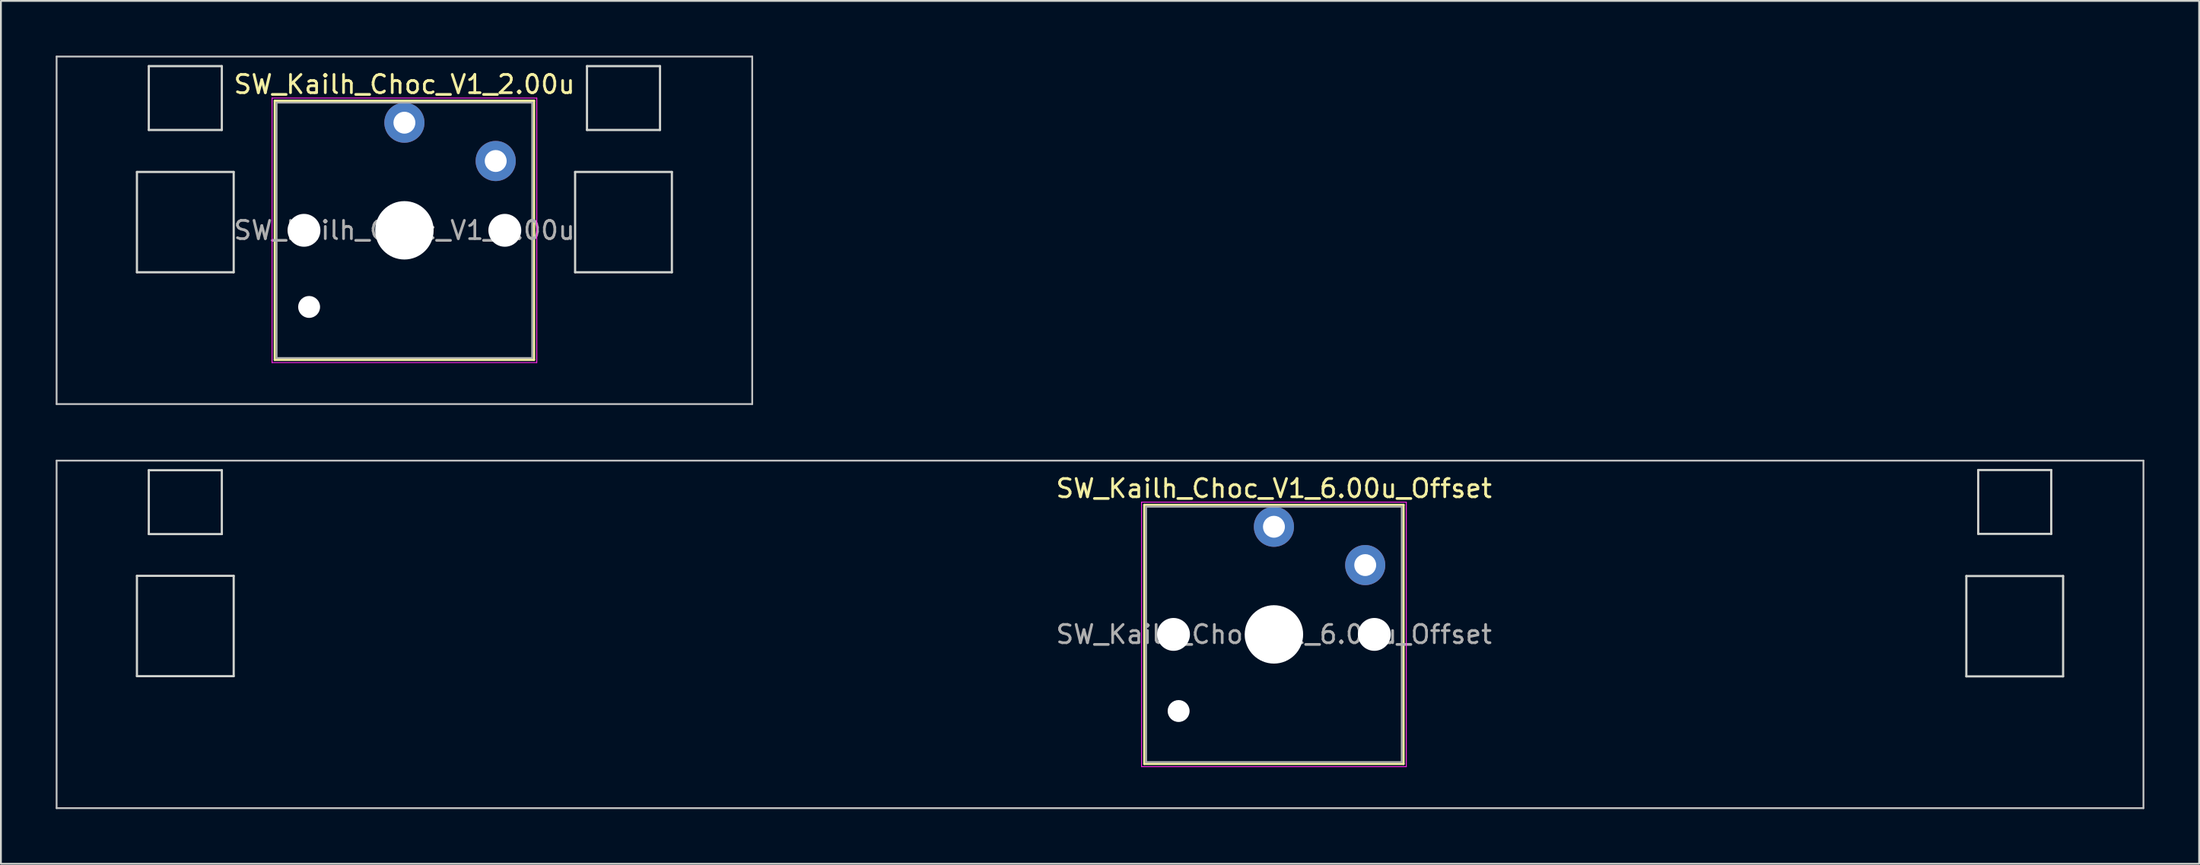
<source format=kicad_pcb>
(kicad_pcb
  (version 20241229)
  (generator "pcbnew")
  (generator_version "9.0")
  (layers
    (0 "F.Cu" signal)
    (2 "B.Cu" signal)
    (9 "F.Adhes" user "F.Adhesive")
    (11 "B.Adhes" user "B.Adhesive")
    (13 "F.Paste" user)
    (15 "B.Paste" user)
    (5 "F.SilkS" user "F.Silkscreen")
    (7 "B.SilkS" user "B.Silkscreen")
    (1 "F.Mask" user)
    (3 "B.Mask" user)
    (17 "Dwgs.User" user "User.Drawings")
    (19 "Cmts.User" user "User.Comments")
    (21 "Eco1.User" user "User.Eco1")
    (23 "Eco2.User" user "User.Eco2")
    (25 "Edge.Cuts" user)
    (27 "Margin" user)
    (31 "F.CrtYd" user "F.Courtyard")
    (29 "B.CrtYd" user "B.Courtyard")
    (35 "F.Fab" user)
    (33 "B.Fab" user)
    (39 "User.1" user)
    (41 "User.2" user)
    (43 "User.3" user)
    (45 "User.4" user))
  (footprint "SW_Kailh_Choc_V1_2.00u"
    (layer "F.Cu")
    (at 19.1 9.575)
    (property "Reference" "SW_Kailh_Choc_V1_2.00u" (at 0 -8 0) (layer "F.SilkS") (effects (font (size 1 1) (thickness 0.15))))
    (attr through_hole)
    (fp_line (start -7.1 -7.1) (end -7.1 7.1) (stroke (width 0.12) (type solid)) (layer "F.SilkS"))
    (fp_line (start -7.1 7.1) (end 7.1 7.1) (stroke (width 0.12) (type solid)) (layer "F.SilkS"))
    (fp_line (start 7.1 -7.1) (end -7.1 -7.1) (stroke (width 0.12) (type solid)) (layer "F.SilkS"))
    (fp_line (start 7.1 7.1) (end 7.1 -7.1) (stroke (width 0.12) (type solid)) (layer "F.SilkS"))
    (fp_line (start -19.05 -9.525) (end -19.05 9.525) (stroke (width 0.1) (type solid)) (layer "Dwgs.User"))
    (fp_line (start -19.05 -9.525) (end 19.05 -9.525) (stroke (width 0.1) (type solid)) (layer "Dwgs.User"))
    (fp_line (start -19.05 9.525) (end 19.05 9.525) (stroke (width 0.1) (type solid)) (layer "Dwgs.User"))
    (fp_line (start 19.05 -9.525) (end 19.05 9.525) (stroke (width 0.1) (type solid)) (layer "Dwgs.User"))
    (fp_line (start -14.65 -3.2) (end -14.65 2.3) (stroke (width 0.12) (type solid)) (layer "Edge.Cuts"))
    (fp_line (start -14.65 -3.2) (end -9.35 -3.2) (stroke (width 0.12) (type solid)) (layer "Edge.Cuts"))
    (fp_line (start -14.65 2.3) (end -9.35 2.3) (stroke (width 0.12) (type solid)) (layer "Edge.Cuts"))
    (fp_line (start -14 -9) (end -14 -5.5) (stroke (width 0.12) (type solid)) (layer "Edge.Cuts"))
    (fp_line (start -14 -9) (end -10 -9) (stroke (width 0.12) (type solid)) (layer "Edge.Cuts"))
    (fp_line (start -14 -5.5) (end -10 -5.5) (stroke (width 0.12) (type solid)) (layer "Edge.Cuts"))
    (fp_line (start -10 -5.5) (end -10 -9) (stroke (width 0.12) (type solid)) (layer "Edge.Cuts"))
    (fp_line (start -9.35 2.3) (end -9.35 -3.2) (stroke (width 0.12) (type solid)) (layer "Edge.Cuts"))
    (fp_line (start 9.35 -3.2) (end 9.35 2.3) (stroke (width 0.12) (type solid)) (layer "Edge.Cuts"))
    (fp_line (start 9.35 -3.2) (end 14.65 -3.2) (stroke (width 0.12) (type solid)) (layer "Edge.Cuts"))
    (fp_line (start 9.35 2.3) (end 14.65 2.3) (stroke (width 0.12) (type solid)) (layer "Edge.Cuts"))
    (fp_line (start 10 -9) (end 10 -5.5) (stroke (width 0.12) (type solid)) (layer "Edge.Cuts"))
    (fp_line (start 10 -9) (end 14 -9) (stroke (width 0.12) (type solid)) (layer "Edge.Cuts"))
    (fp_line (start 10 -5.5) (end 14 -5.5) (stroke (width 0.12) (type solid)) (layer "Edge.Cuts"))
    (fp_line (start 14 -5.5) (end 14 -9) (stroke (width 0.12) (type solid)) (layer "Edge.Cuts"))
    (fp_line (start 14.65 2.3) (end 14.65 -3.2) (stroke (width 0.12) (type solid)) (layer "Edge.Cuts"))
    (fp_line (start -7.25 -7.25) (end -7.25 7.25) (stroke (width 0.05) (type solid)) (layer "F.CrtYd"))
    (fp_line (start -7.25 7.25) (end 7.25 7.25) (stroke (width 0.05) (type solid)) (layer "F.CrtYd"))
    (fp_line (start 7.25 -7.25) (end -7.25 -7.25) (stroke (width 0.05) (type solid)) (layer "F.CrtYd"))
    (fp_line (start 7.25 7.25) (end 7.25 -7.25) (stroke (width 0.05) (type solid)) (layer "F.CrtYd"))
    (fp_line (start -7 -7) (end -7 7) (stroke (width 0.1) (type solid)) (layer "F.Fab"))
    (fp_line (start -7 7) (end 7 7) (stroke (width 0.1) (type solid)) (layer "F.Fab"))
    (fp_line (start 7 -7) (end -7 -7) (stroke (width 0.1) (type solid)) (layer "F.Fab"))
    (fp_line (start 7 7) (end 7 -7) (stroke (width 0.1) (type solid)) (layer "F.Fab"))
    (fp_text user "${REFERENCE}" (at 0 0 0) (layer "F.Fab") (effects (font (size 1 1) (thickness 0.15))))
    (pad "" np_thru_hole circle (at -5.5 0) (size 1.8 1.8) (drill 1.8) (layers "*.Cu" "*.Mask"))
    (pad "" np_thru_hole circle (at -5.22 4.2) (size 1.2 1.2) (drill 1.2) (layers "*.Cu" "*.Mask"))
    (pad "" np_thru_hole circle (at 0 0) (size 3.2 3.2) (drill 3.2) (layers "*.Cu" "*.Mask"))
    (pad "" np_thru_hole circle (at 5.5 0) (size 1.8 1.8) (drill 1.8) (layers "*.Cu" "*.Mask"))
    (pad "1" thru_hole circle (at 0 -5.9) (size 2.2 2.2) (drill 1.2) (layers "*.Cu" "B.Mask"))
    (pad "2" thru_hole circle (at 5 -3.8) (size 2.2 2.2) (drill 1.2) (layers "*.Cu" "B.Mask")))
  (footprint "SW_Kailh_Choc_V1_6.00u_Offset"
    (layer "F.Cu")
    (at 57.2 31.725)
    (property "Reference" "SW_Kailh_Choc_V1_6.00u_Offset" (at 9.525 -8 0) (layer "F.SilkS") (effects (font (size 1 1) (thickness 0.15))))
    (attr through_hole)
    (fp_line (start 2.425 -7.1) (end 2.425 7.1) (stroke (width 0.12) (type solid)) (layer "F.SilkS"))
    (fp_line (start 2.425 7.1) (end 16.625 7.1) (stroke (width 0.12) (type solid)) (layer "F.SilkS"))
    (fp_line (start 16.625 -7.1) (end 2.425 -7.1) (stroke (width 0.12) (type solid)) (layer "F.SilkS"))
    (fp_line (start 16.625 7.1) (end 16.625 -7.1) (stroke (width 0.12) (type solid)) (layer "F.SilkS"))
    (fp_line (start -57.15 -9.525) (end -57.15 9.525) (stroke (width 0.1) (type solid)) (layer "Dwgs.User"))
    (fp_line (start 57.15 -9.525) (end -57.15 -9.525) (stroke (width 0.1) (type solid)) (layer "Dwgs.User"))
    (fp_line (start 57.15 -9.525) (end 57.15 9.525) (stroke (width 0.1) (type solid)) (layer "Dwgs.User"))
    (fp_line (start 57.15 9.525) (end -57.15 9.525) (stroke (width 0.1) (type solid)) (layer "Dwgs.User"))
    (fp_line (start -52.75 -3.21) (end -52.75 2.29) (stroke (width 0.12) (type solid)) (layer "Edge.Cuts"))
    (fp_line (start -52.75 -3.21) (end -47.45 -3.21) (stroke (width 0.12) (type solid)) (layer "Edge.Cuts"))
    (fp_line (start -52.75 2.29) (end -47.45 2.29) (stroke (width 0.12) (type solid)) (layer "Edge.Cuts"))
    (fp_line (start -52.1 -9) (end -52.1 -5.5) (stroke (width 0.12) (type solid)) (layer "Edge.Cuts"))
    (fp_line (start -52.1 -9) (end -48.1 -9) (stroke (width 0.12) (type solid)) (layer "Edge.Cuts"))
    (fp_line (start -52.1 -5.5) (end -48.1 -5.5) (stroke (width 0.12) (type solid)) (layer "Edge.Cuts"))
    (fp_line (start -48.1 -5.5) (end -48.1 -9) (stroke (width 0.12) (type solid)) (layer "Edge.Cuts"))
    (fp_line (start -47.45 2.29) (end -47.45 -3.21) (stroke (width 0.12) (type solid)) (layer "Edge.Cuts"))
    (fp_line (start 47.45 -3.2) (end 47.45 2.3) (stroke (width 0.12) (type solid)) (layer "Edge.Cuts"))
    (fp_line (start 47.45 -3.2) (end 52.75 -3.2) (stroke (width 0.12) (type solid)) (layer "Edge.Cuts"))
    (fp_line (start 47.45 2.3) (end 52.75 2.3) (stroke (width 0.12) (type solid)) (layer "Edge.Cuts"))
    (fp_line (start 48.1 -9.01) (end 48.1 -5.51) (stroke (width 0.12) (type solid)) (layer "Edge.Cuts"))
    (fp_line (start 48.1 -9.01) (end 52.1 -9.01) (stroke (width 0.12) (type solid)) (layer "Edge.Cuts"))
    (fp_line (start 48.1 -5.51) (end 52.1 -5.51) (stroke (width 0.12) (type solid)) (layer "Edge.Cuts"))
    (fp_line (start 52.1 -5.51) (end 52.1 -9.01) (stroke (width 0.12) (type solid)) (layer "Edge.Cuts"))
    (fp_line (start 52.75 2.3) (end 52.75 -3.2) (stroke (width 0.12) (type solid)) (layer "Edge.Cuts"))
    (fp_line (start 2.275 -7.25) (end 2.275 7.25) (stroke (width 0.05) (type solid)) (layer "F.CrtYd"))
    (fp_line (start 2.275 7.25) (end 16.775 7.25) (stroke (width 0.05) (type solid)) (layer "F.CrtYd"))
    (fp_line (start 16.775 -7.25) (end 2.275 -7.25) (stroke (width 0.05) (type solid)) (layer "F.CrtYd"))
    (fp_line (start 16.775 7.25) (end 16.775 -7.25) (stroke (width 0.05) (type solid)) (layer "F.CrtYd"))
    (fp_line (start 2.525 -7) (end 2.525 7) (stroke (width 0.1) (type solid)) (layer "F.Fab"))
    (fp_line (start 2.525 7) (end 16.525 7) (stroke (width 0.1) (type solid)) (layer "F.Fab"))
    (fp_line (start 16.525 -7) (end 2.525 -7) (stroke (width 0.1) (type solid)) (layer "F.Fab"))
    (fp_line (start 16.525 7) (end 16.525 -7) (stroke (width 0.1) (type solid)) (layer "F.Fab"))
    (fp_text user "${REFERENCE}" (at 9.525 0 0) (layer "F.Fab") (effects (font (size 1 1) (thickness 0.15))))
    (pad "" np_thru_hole circle (at 4.025 0) (size 1.8 1.8) (drill 1.8) (layers "*.Cu" "*.Mask"))
    (pad "" np_thru_hole circle (at 4.305 4.2) (size 1.2 1.2) (drill 1.2) (layers "*.Cu" "*.Mask"))
    (pad "" np_thru_hole circle (at 9.525 0) (size 3.2 3.2) (drill 3.2) (layers "*.Cu" "*.Mask"))
    (pad "" np_thru_hole circle (at 15.025 0) (size 1.8 1.8) (drill 1.8) (layers "*.Cu" "*.Mask"))
    (pad "1" thru_hole circle (at 9.525 -5.9) (size 2.2 2.2) (drill 1.2) (layers "*.Cu" "B.Mask"))
    (pad "2" thru_hole circle (at 14.525 -3.8) (size 2.2 2.2) (drill 1.2) (layers "*.Cu" "B.Mask")))
  (gr_rect
    (start -3 -3)
    (end 117.4 44.3)
    (stroke (width 0.1) (type default))
    (fill no)
    (layer "Edge.Cuts")))
</source>
